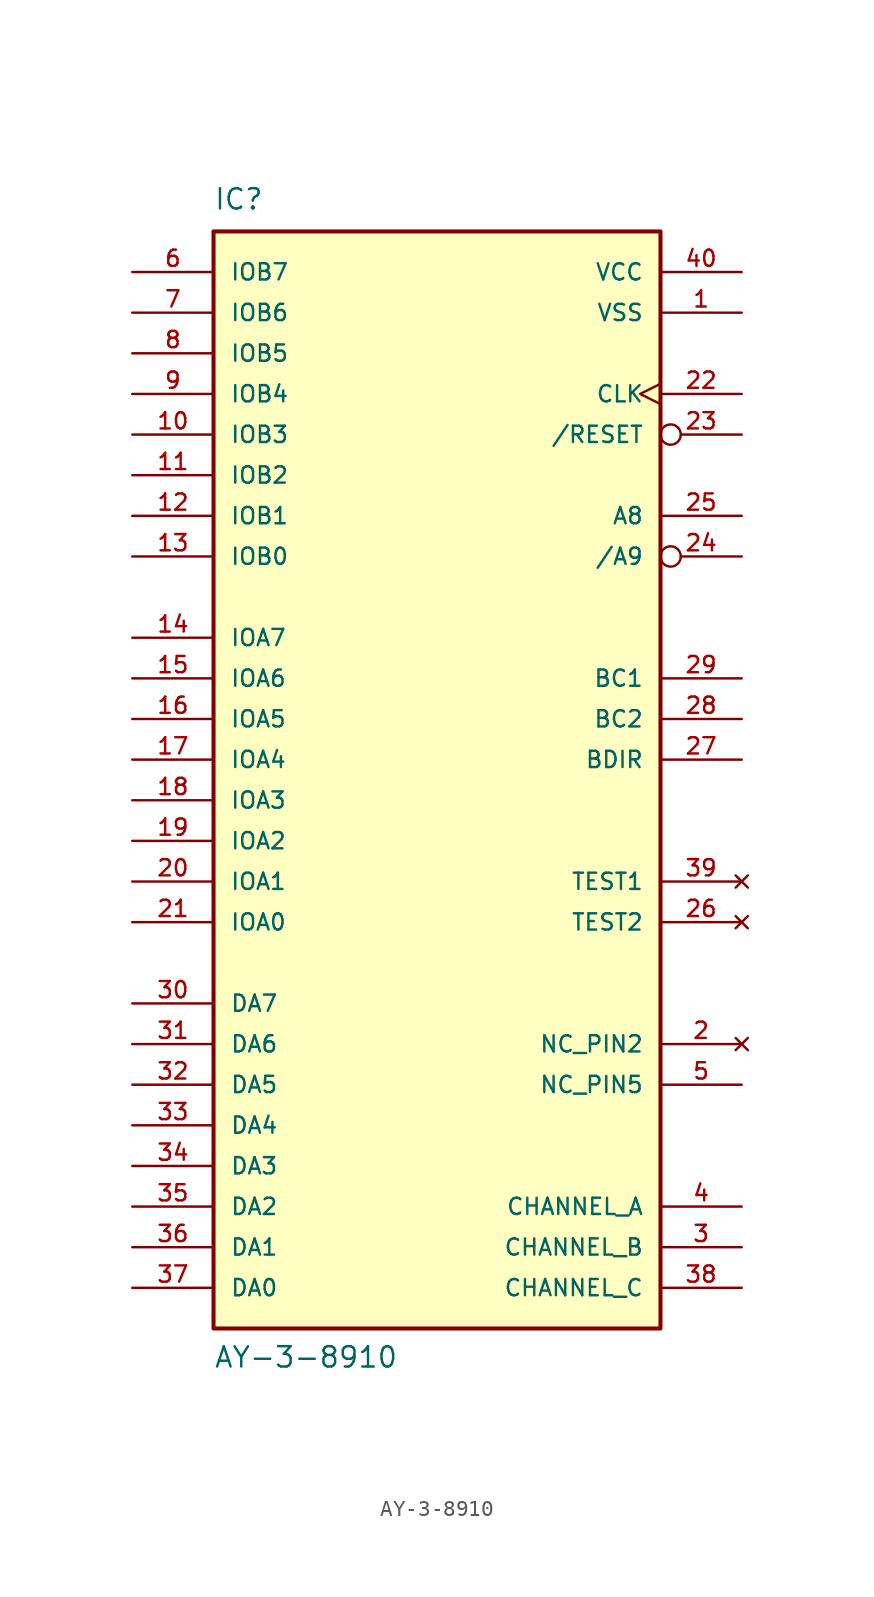
<source format=kicad_sym>
(kicad_symbol_lib
  (version 20211014)
  (generator kicad_symbol_editor)
  (symbol "AY-3-8910"
    (pin_names
      (offset 1.016))
    (property "Reference" "IC"
      (at -15.24 36.83 0)
      (effects (font (size 1.27 1.27)) (justify left bottom)))
    (property "Value" "AY-3-8910"
      (at -15.24 -35.56 0)
      (effects (font (size 1.27 1.27)) (justify left bottom)))
    (symbol "AY-3-8910_0_0"
      (rectangle (start -15.24 -33.02) (end 12.7 35.56) (stroke (width 0.254) (type default) (color 0 0 0 0)) (fill (type background)))
      (pin power_in line (at 17.78 30.48 180) (length 5.08) (name "VSS" (effects (font (size 1.016 1.016)))) (number "1" (effects (font (size 1.016 1.016)))))
      (pin bidirectional line (at -20.32 22.86 0) (length 5.08) (name "IOB3" (effects (font (size 1.016 1.016)))) (number "10" (effects (font (size 1.016 1.016)))))
      (pin bidirectional line (at -20.32 20.32 0) (length 5.08) (name "IOB2" (effects (font (size 1.016 1.016)))) (number "11" (effects (font (size 1.016 1.016)))))
      (pin bidirectional line (at -20.32 17.78 0) (length 5.08) (name "IOB1" (effects (font (size 1.016 1.016)))) (number "12" (effects (font (size 1.016 1.016)))))
      (pin bidirectional line (at -20.32 15.24 0) (length 5.08) (name "IOB0" (effects (font (size 1.016 1.016)))) (number "13" (effects (font (size 1.016 1.016)))))
      (pin bidirectional line (at -20.32 10.16 0) (length 5.08) (name "IOA7" (effects (font (size 1.016 1.016)))) (number "14" (effects (font (size 1.016 1.016)))))
      (pin bidirectional line (at -20.32 7.62 0) (length 5.08) (name "IOA6" (effects (font (size 1.016 1.016)))) (number "15" (effects (font (size 1.016 1.016)))))
      (pin bidirectional line (at -20.32 5.08 0) (length 5.08) (name "IOA5" (effects (font (size 1.016 1.016)))) (number "16" (effects (font (size 1.016 1.016)))))
      (pin bidirectional line (at -20.32 2.54 0) (length 5.08) (name "IOA4" (effects (font (size 1.016 1.016)))) (number "17" (effects (font (size 1.016 1.016)))))
      (pin bidirectional line (at -20.32 0 0) (length 5.08) (name "IOA3" (effects (font (size 1.016 1.016)))) (number "18" (effects (font (size 1.016 1.016)))))
      (pin bidirectional line (at -20.32 -2.54 0) (length 5.08) (name "IOA2" (effects (font (size 1.016 1.016)))) (number "19" (effects (font (size 1.016 1.016)))))
      (pin no_connect line (at 17.78 -15.24 180) (length 5.08) (name "NC_PIN2" (effects (font (size 1.016 1.016)))) (number "2" (effects (font (size 1.016 1.016)))))
      (pin bidirectional line (at -20.32 -5.08 0) (length 5.08) (name "IOA1" (effects (font (size 1.016 1.016)))) (number "20" (effects (font (size 1.016 1.016)))))
      (pin bidirectional line (at -20.32 -7.62 0) (length 5.08) (name "IOA0" (effects (font (size 1.016 1.016)))) (number "21" (effects (font (size 1.016 1.016)))))
      (pin input clock (at 17.78 25.4 180) (length 5.08) (name "CLK" (effects (font (size 1.016 1.016)))) (number "22" (effects (font (size 1.016 1.016)))))
      (pin input inverted (at 17.78 22.86 180) (length 5.08) (name "/RESET" (effects (font (size 1.016 1.016)))) (number "23" (effects (font (size 1.016 1.016)))))
      (pin bidirectional inverted (at 17.78 15.24 180) (length 5.08) (name "/A9" (effects (font (size 1.016 1.016)))) (number "24" (effects (font (size 1.016 1.016)))))
      (pin bidirectional line (at 17.78 17.78 180) (length 5.08) (name "A8" (effects (font (size 1.016 1.016)))) (number "25" (effects (font (size 1.016 1.016)))))
      (pin no_connect line (at 17.78 -7.62 180) (length 5.08) (name "TEST2" (effects (font (size 1.016 1.016)))) (number "26" (effects (font (size 1.016 1.016)))))
      (pin input line (at 17.78 2.54 180) (length 5.08) (name "BDIR" (effects (font (size 1.016 1.016)))) (number "27" (effects (font (size 1.016 1.016)))))
      (pin input line (at 17.78 5.08 180) (length 5.08) (name "BC2" (effects (font (size 1.016 1.016)))) (number "28" (effects (font (size 1.016 1.016)))))
      (pin input line (at 17.78 7.62 180) (length 5.08) (name "BC1" (effects (font (size 1.016 1.016)))) (number "29" (effects (font (size 1.016 1.016)))))
      (pin output line (at 17.78 -27.94 180) (length 5.08) (name "CHANNEL_B" (effects (font (size 1.016 1.016)))) (number "3" (effects (font (size 1.016 1.016)))))
      (pin bidirectional line (at -20.32 -12.7 0) (length 5.08) (name "DA7" (effects (font (size 1.016 1.016)))) (number "30" (effects (font (size 1.016 1.016)))))
      (pin bidirectional line (at -20.32 -15.24 0) (length 5.08) (name "DA6" (effects (font (size 1.016 1.016)))) (number "31" (effects (font (size 1.016 1.016)))))
      (pin bidirectional line (at -20.32 -17.78 0) (length 5.08) (name "DA5" (effects (font (size 1.016 1.016)))) (number "32" (effects (font (size 1.016 1.016)))))
      (pin bidirectional line (at -20.32 -20.32 0) (length 5.08) (name "DA4" (effects (font (size 1.016 1.016)))) (number "33" (effects (font (size 1.016 1.016)))))
      (pin bidirectional line (at -20.32 -22.86 0) (length 5.08) (name "DA3" (effects (font (size 1.016 1.016)))) (number "34" (effects (font (size 1.016 1.016)))))
      (pin bidirectional line (at -20.32 -25.4 0) (length 5.08) (name "DA2" (effects (font (size 1.016 1.016)))) (number "35" (effects (font (size 1.016 1.016)))))
      (pin bidirectional line (at -20.32 -27.94 0) (length 5.08) (name "DA1" (effects (font (size 1.016 1.016)))) (number "36" (effects (font (size 1.016 1.016)))))
      (pin bidirectional line (at -20.32 -30.48 0) (length 5.08) (name "DA0" (effects (font (size 1.016 1.016)))) (number "37" (effects (font (size 1.016 1.016)))))
      (pin output line (at 17.78 -30.48 180) (length 5.08) (name "CHANNEL_C" (effects (font (size 1.016 1.016)))) (number "38" (effects (font (size 1.016 1.016)))))
      (pin no_connect line (at 17.78 -5.08 180) (length 5.08) (name "TEST1" (effects (font (size 1.016 1.016)))) (number "39" (effects (font (size 1.016 1.016)))))
      (pin output line (at 17.78 -25.4 180) (length 5.08) (name "CHANNEL_A" (effects (font (size 1.016 1.016)))) (number "4" (effects (font (size 1.016 1.016)))))
      (pin power_in line (at 17.78 33.02 180) (length 5.08) (name "VCC" (effects (font (size 1.016 1.016)))) (number "40" (effects (font (size 1.016 1.016)))))
      (pin bidirectional line (at 17.78 -17.78 180) (length 5.08) (name "NC_PIN5" (effects (font (size 1.016 1.016)))) (number "5" (effects (font (size 1.016 1.016)))))
      (pin bidirectional line (at -20.32 33.02 0) (length 5.08) (name "IOB7" (effects (font (size 1.016 1.016)))) (number "6" (effects (font (size 1.016 1.016)))))
      (pin bidirectional line (at -20.32 30.48 0) (length 5.08) (name "IOB6" (effects (font (size 1.016 1.016)))) (number "7" (effects (font (size 1.016 1.016)))))
      (pin bidirectional line (at -20.32 27.94 0) (length 5.08) (name "IOB5" (effects (font (size 1.016 1.016)))) (number "8" (effects (font (size 1.016 1.016)))))
      (pin bidirectional line (at -20.32 25.4 0) (length 5.08) (name "IOB4" (effects (font (size 1.016 1.016)))) (number "9" (effects (font (size 1.016 1.016))))))))
</source>
